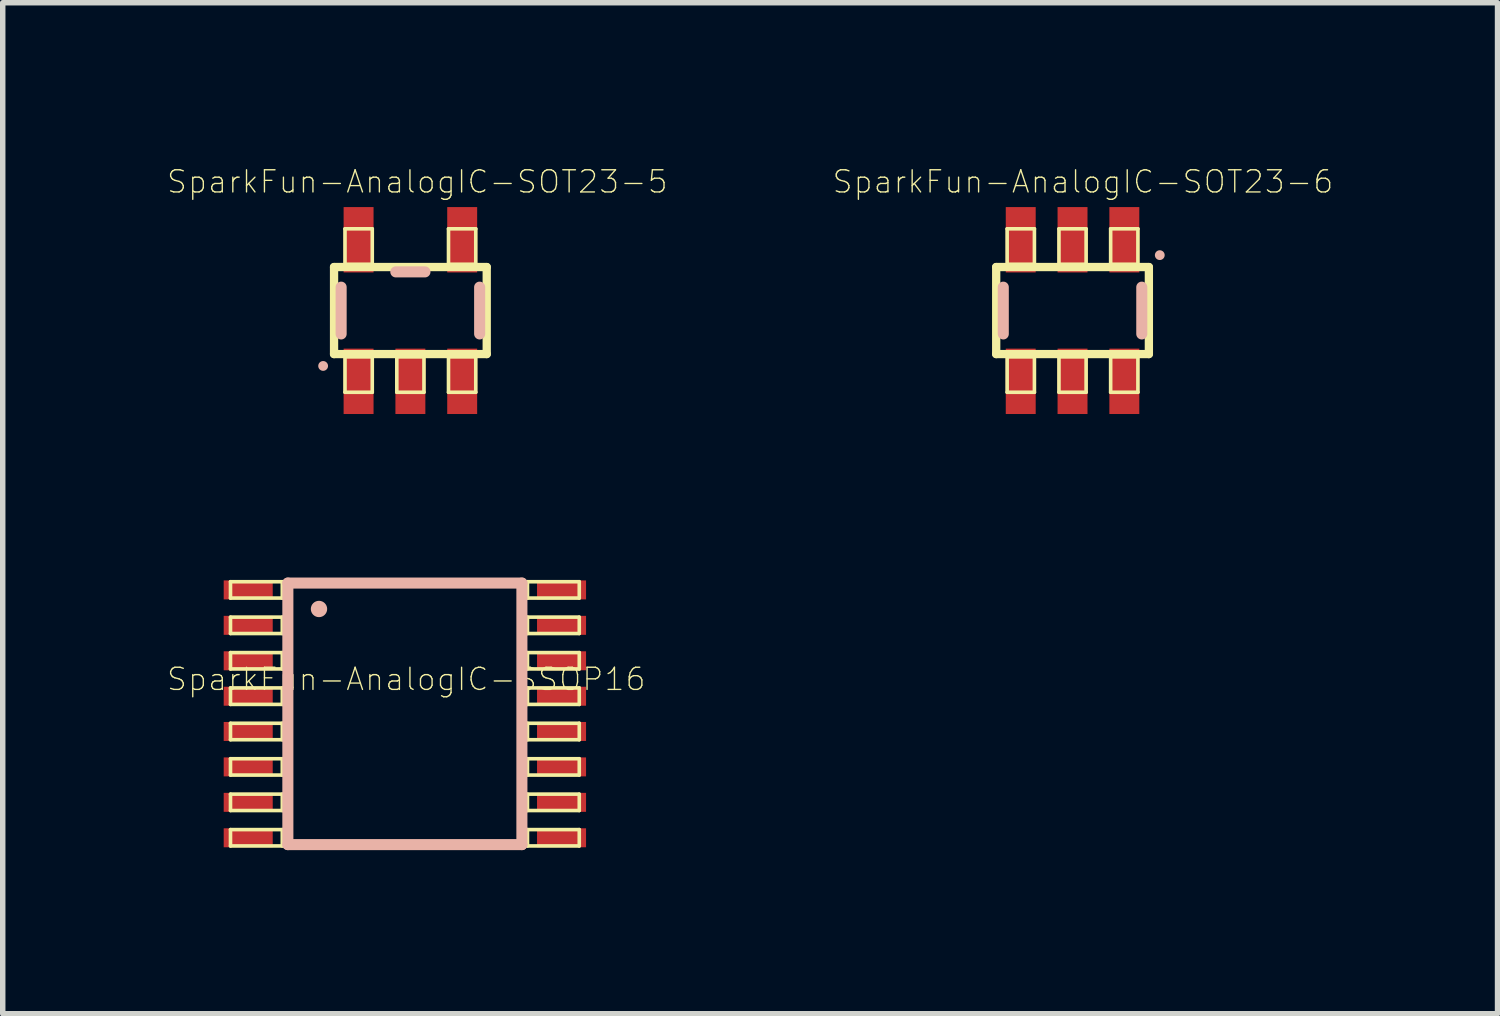
<source format=kicad_pcb>
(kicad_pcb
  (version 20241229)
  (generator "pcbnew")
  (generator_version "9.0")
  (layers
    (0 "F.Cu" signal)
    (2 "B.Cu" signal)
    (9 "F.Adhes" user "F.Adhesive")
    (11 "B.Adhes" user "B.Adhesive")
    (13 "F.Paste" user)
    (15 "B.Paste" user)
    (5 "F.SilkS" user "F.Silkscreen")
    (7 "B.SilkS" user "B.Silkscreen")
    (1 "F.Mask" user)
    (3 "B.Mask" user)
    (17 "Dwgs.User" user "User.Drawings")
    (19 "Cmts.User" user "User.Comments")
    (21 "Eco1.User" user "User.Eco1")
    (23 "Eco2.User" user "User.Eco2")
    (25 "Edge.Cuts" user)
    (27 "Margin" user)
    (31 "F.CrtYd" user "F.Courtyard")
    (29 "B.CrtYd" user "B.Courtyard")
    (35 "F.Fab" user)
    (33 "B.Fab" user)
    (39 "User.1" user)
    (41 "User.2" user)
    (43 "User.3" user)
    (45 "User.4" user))
  (footprint "SparkFun-AnalogIC-SOT23-5"
    (layer "F.Cu")
    (at 4.476 2.645)
    (property "Reference" "SparkFun-AnalogIC-SOT23-5" (at 0.127 -2.362 0) (layer "F.SilkS") (effects (font (size 0.406 0.406) (thickness 0.025))))
    (attr smd)
    (fp_line (start -1.4 -0.798) (end -1.4 0.798) (stroke (width 0.152) (type solid)) (layer "F.SilkS"))
    (fp_line (start -1.4 -0.798) (end 1.4 -0.798) (stroke (width 0.152) (type solid)) (layer "F.SilkS"))
    (fp_line (start -1.199 -1.499) (end -0.699 -1.499) (stroke (width 0.066) (type solid)) (layer "F.SilkS"))
    (fp_line (start -1.199 -0.848) (end -1.199 -1.499) (stroke (width 0.066) (type solid)) (layer "F.SilkS"))
    (fp_line (start -1.199 -0.848) (end -0.699 -0.848) (stroke (width 0.066) (type solid)) (layer "F.SilkS"))
    (fp_line (start -1.199 0.848) (end -0.699 0.848) (stroke (width 0.066) (type solid)) (layer "F.SilkS"))
    (fp_line (start -1.199 1.499) (end -1.199 0.848) (stroke (width 0.066) (type solid)) (layer "F.SilkS"))
    (fp_line (start -1.199 1.499) (end -0.699 1.499) (stroke (width 0.066) (type solid)) (layer "F.SilkS"))
    (fp_line (start -0.699 -0.848) (end -0.699 -1.499) (stroke (width 0.066) (type solid)) (layer "F.SilkS"))
    (fp_line (start -0.699 1.499) (end -0.699 0.848) (stroke (width 0.066) (type solid)) (layer "F.SilkS"))
    (fp_line (start -0.249 0.848) (end 0.249 0.848) (stroke (width 0.066) (type solid)) (layer "F.SilkS"))
    (fp_line (start -0.249 1.499) (end -0.249 0.848) (stroke (width 0.066) (type solid)) (layer "F.SilkS"))
    (fp_line (start -0.249 1.499) (end 0.249 1.499) (stroke (width 0.066) (type solid)) (layer "F.SilkS"))
    (fp_line (start 0.249 1.499) (end 0.249 0.848) (stroke (width 0.066) (type solid)) (layer "F.SilkS"))
    (fp_line (start 0.699 -1.499) (end 1.199 -1.499) (stroke (width 0.066) (type solid)) (layer "F.SilkS"))
    (fp_line (start 0.699 -0.848) (end 0.699 -1.499) (stroke (width 0.066) (type solid)) (layer "F.SilkS"))
    (fp_line (start 0.699 -0.848) (end 1.199 -0.848) (stroke (width 0.066) (type solid)) (layer "F.SilkS"))
    (fp_line (start 0.699 0.848) (end 1.199 0.848) (stroke (width 0.066) (type solid)) (layer "F.SilkS"))
    (fp_line (start 0.699 1.499) (end 0.699 0.848) (stroke (width 0.066) (type solid)) (layer "F.SilkS"))
    (fp_line (start 0.699 1.499) (end 1.199 1.499) (stroke (width 0.066) (type solid)) (layer "F.SilkS"))
    (fp_line (start 1.199 -0.848) (end 1.199 -1.499) (stroke (width 0.066) (type solid)) (layer "F.SilkS"))
    (fp_line (start 1.199 1.499) (end 1.199 0.848) (stroke (width 0.066) (type solid)) (layer "F.SilkS"))
    (fp_line (start 1.4 -0.798) (end 1.4 0.798) (stroke (width 0.152) (type solid)) (layer "F.SilkS"))
    (fp_line (start 1.4 0.798) (end -1.4 0.798) (stroke (width 0.152) (type solid)) (layer "F.SilkS"))
    (fp_line (start -1.27 0.429) (end -1.27 -0.429) (stroke (width 0.203) (type solid)) (layer "B.SilkS"))
    (fp_line (start -0.267 -0.709) (end 0.267 -0.709) (stroke (width 0.203) (type solid)) (layer "B.SilkS"))
    (fp_line (start 1.27 -0.429) (end 1.27 0.429) (stroke (width 0.203) (type solid)) (layer "B.SilkS"))
    (fp_circle (center -1.6 1.016) (end -1.664 1.079) (stroke (width 0) (type solid)) (fill yes) (layer "B.SilkS"))
    (pad "1" smd rect (at -0.95 1.298) (size 0.549 1.199) (layers "F.Cu" "F.Mask" "F.Paste"))
    (pad "2" smd rect (at 0 1.298) (size 0.549 1.199) (layers "F.Cu" "F.Mask" "F.Paste"))
    (pad "3" smd rect (at 0.95 1.298) (size 0.549 1.199) (layers "F.Cu" "F.Mask" "F.Paste"))
    (pad "4" smd rect (at 0.95 -1.298) (size 0.549 1.199) (layers "F.Cu" "F.Mask" "F.Paste"))
    (pad "5" smd rect (at -0.95 -1.298) (size 0.549 1.199) (layers "F.Cu" "F.Mask" "F.Paste")))
  (footprint "SparkFun-AnalogIC-SSOP16"
    (layer "F.Cu")
    (at 4.375 10.041)
    (property "Reference" "SparkFun-AnalogIC-SSOP16" (at 0.025 -0.635 0) (layer "F.SilkS") (effects (font (size 0.406 0.406) (thickness 0.025))))
    (attr smd)
    (fp_line (start -3.198 -2.423) (end -2.248 -2.423) (stroke (width 0.066) (type solid)) (layer "F.SilkS"))
    (fp_line (start -3.198 -2.123) (end -3.198 -2.423) (stroke (width 0.066) (type solid)) (layer "F.SilkS"))
    (fp_line (start -3.198 -2.123) (end -2.248 -2.123) (stroke (width 0.066) (type solid)) (layer "F.SilkS"))
    (fp_line (start -3.198 -1.773) (end -2.248 -1.773) (stroke (width 0.066) (type solid)) (layer "F.SilkS"))
    (fp_line (start -3.198 -1.473) (end -3.198 -1.773) (stroke (width 0.066) (type solid)) (layer "F.SilkS"))
    (fp_line (start -3.198 -1.473) (end -2.248 -1.473) (stroke (width 0.066) (type solid)) (layer "F.SilkS"))
    (fp_line (start -3.198 -1.123) (end -2.248 -1.123) (stroke (width 0.066) (type solid)) (layer "F.SilkS"))
    (fp_line (start -3.198 -0.823) (end -3.198 -1.123) (stroke (width 0.066) (type solid)) (layer "F.SilkS"))
    (fp_line (start -3.198 -0.823) (end -2.248 -0.823) (stroke (width 0.066) (type solid)) (layer "F.SilkS"))
    (fp_line (start -3.198 -0.475) (end -2.248 -0.475) (stroke (width 0.066) (type solid)) (layer "F.SilkS"))
    (fp_line (start -3.198 -0.173) (end -3.198 -0.475) (stroke (width 0.066) (type solid)) (layer "F.SilkS"))
    (fp_line (start -3.198 -0.173) (end -2.248 -0.173) (stroke (width 0.066) (type solid)) (layer "F.SilkS"))
    (fp_line (start -3.198 0.173) (end -2.248 0.173) (stroke (width 0.066) (type solid)) (layer "F.SilkS"))
    (fp_line (start -3.198 0.475) (end -3.198 0.173) (stroke (width 0.066) (type solid)) (layer "F.SilkS"))
    (fp_line (start -3.198 0.475) (end -2.248 0.475) (stroke (width 0.066) (type solid)) (layer "F.SilkS"))
    (fp_line (start -3.198 0.823) (end -2.248 0.823) (stroke (width 0.066) (type solid)) (layer "F.SilkS"))
    (fp_line (start -3.198 1.123) (end -3.198 0.823) (stroke (width 0.066) (type solid)) (layer "F.SilkS"))
    (fp_line (start -3.198 1.123) (end -2.248 1.123) (stroke (width 0.066) (type solid)) (layer "F.SilkS"))
    (fp_line (start -3.198 1.473) (end -2.248 1.473) (stroke (width 0.066) (type solid)) (layer "F.SilkS"))
    (fp_line (start -3.198 1.773) (end -3.198 1.473) (stroke (width 0.066) (type solid)) (layer "F.SilkS"))
    (fp_line (start -3.198 1.773) (end -2.248 1.773) (stroke (width 0.066) (type solid)) (layer "F.SilkS"))
    (fp_line (start -3.198 2.123) (end -2.248 2.123) (stroke (width 0.066) (type solid)) (layer "F.SilkS"))
    (fp_line (start -3.198 2.423) (end -3.198 2.123) (stroke (width 0.066) (type solid)) (layer "F.SilkS"))
    (fp_line (start -3.198 2.423) (end -2.248 2.423) (stroke (width 0.066) (type solid)) (layer "F.SilkS"))
    (fp_line (start -2.248 -2.123) (end -2.248 -2.423) (stroke (width 0.066) (type solid)) (layer "F.SilkS"))
    (fp_line (start -2.248 -1.473) (end -2.248 -1.773) (stroke (width 0.066) (type solid)) (layer "F.SilkS"))
    (fp_line (start -2.248 -0.823) (end -2.248 -1.123) (stroke (width 0.066) (type solid)) (layer "F.SilkS"))
    (fp_line (start -2.248 -0.173) (end -2.248 -0.475) (stroke (width 0.066) (type solid)) (layer "F.SilkS"))
    (fp_line (start -2.248 0.475) (end -2.248 0.173) (stroke (width 0.066) (type solid)) (layer "F.SilkS"))
    (fp_line (start -2.248 1.123) (end -2.248 0.823) (stroke (width 0.066) (type solid)) (layer "F.SilkS"))
    (fp_line (start -2.248 1.773) (end -2.248 1.473) (stroke (width 0.066) (type solid)) (layer "F.SilkS"))
    (fp_line (start -2.248 2.423) (end -2.248 2.123) (stroke (width 0.066) (type solid)) (layer "F.SilkS"))
    (fp_line (start 2.248 -2.423) (end 3.198 -2.423) (stroke (width 0.066) (type solid)) (layer "F.SilkS"))
    (fp_line (start 2.248 -2.123) (end 2.248 -2.423) (stroke (width 0.066) (type solid)) (layer "F.SilkS"))
    (fp_line (start 2.248 -2.123) (end 3.198 -2.123) (stroke (width 0.066) (type solid)) (layer "F.SilkS"))
    (fp_line (start 2.248 -1.773) (end 3.198 -1.773) (stroke (width 0.066) (type solid)) (layer "F.SilkS"))
    (fp_line (start 2.248 -1.473) (end 2.248 -1.773) (stroke (width 0.066) (type solid)) (layer "F.SilkS"))
    (fp_line (start 2.248 -1.473) (end 3.198 -1.473) (stroke (width 0.066) (type solid)) (layer "F.SilkS"))
    (fp_line (start 2.248 -1.123) (end 3.198 -1.123) (stroke (width 0.066) (type solid)) (layer "F.SilkS"))
    (fp_line (start 2.248 -0.823) (end 2.248 -1.123) (stroke (width 0.066) (type solid)) (layer "F.SilkS"))
    (fp_line (start 2.248 -0.823) (end 3.198 -0.823) (stroke (width 0.066) (type solid)) (layer "F.SilkS"))
    (fp_line (start 2.248 -0.475) (end 3.198 -0.475) (stroke (width 0.066) (type solid)) (layer "F.SilkS"))
    (fp_line (start 2.248 -0.173) (end 2.248 -0.475) (stroke (width 0.066) (type solid)) (layer "F.SilkS"))
    (fp_line (start 2.248 -0.173) (end 3.198 -0.173) (stroke (width 0.066) (type solid)) (layer "F.SilkS"))
    (fp_line (start 2.248 0.173) (end 3.198 0.173) (stroke (width 0.066) (type solid)) (layer "F.SilkS"))
    (fp_line (start 2.248 0.475) (end 2.248 0.173) (stroke (width 0.066) (type solid)) (layer "F.SilkS"))
    (fp_line (start 2.248 0.475) (end 3.198 0.475) (stroke (width 0.066) (type solid)) (layer "F.SilkS"))
    (fp_line (start 2.248 0.823) (end 3.198 0.823) (stroke (width 0.066) (type solid)) (layer "F.SilkS"))
    (fp_line (start 2.248 1.123) (end 2.248 0.823) (stroke (width 0.066) (type solid)) (layer "F.SilkS"))
    (fp_line (start 2.248 1.123) (end 3.198 1.123) (stroke (width 0.066) (type solid)) (layer "F.SilkS"))
    (fp_line (start 2.248 1.473) (end 3.198 1.473) (stroke (width 0.066) (type solid)) (layer "F.SilkS"))
    (fp_line (start 2.248 1.773) (end 2.248 1.473) (stroke (width 0.066) (type solid)) (layer "F.SilkS"))
    (fp_line (start 2.248 1.773) (end 3.198 1.773) (stroke (width 0.066) (type solid)) (layer "F.SilkS"))
    (fp_line (start 2.248 2.123) (end 3.198 2.123) (stroke (width 0.066) (type solid)) (layer "F.SilkS"))
    (fp_line (start 2.248 2.423) (end 2.248 2.123) (stroke (width 0.066) (type solid)) (layer "F.SilkS"))
    (fp_line (start 2.248 2.423) (end 3.198 2.423) (stroke (width 0.066) (type solid)) (layer "F.SilkS"))
    (fp_line (start 3.198 -2.123) (end 3.198 -2.423) (stroke (width 0.066) (type solid)) (layer "F.SilkS"))
    (fp_line (start 3.198 -1.473) (end 3.198 -1.773) (stroke (width 0.066) (type solid)) (layer "F.SilkS"))
    (fp_line (start 3.198 -0.823) (end 3.198 -1.123) (stroke (width 0.066) (type solid)) (layer "F.SilkS"))
    (fp_line (start 3.198 -0.173) (end 3.198 -0.475) (stroke (width 0.066) (type solid)) (layer "F.SilkS"))
    (fp_line (start 3.198 0.475) (end 3.198 0.173) (stroke (width 0.066) (type solid)) (layer "F.SilkS"))
    (fp_line (start 3.198 1.123) (end 3.198 0.823) (stroke (width 0.066) (type solid)) (layer "F.SilkS"))
    (fp_line (start 3.198 1.773) (end 3.198 1.473) (stroke (width 0.066) (type solid)) (layer "F.SilkS"))
    (fp_line (start 3.198 2.423) (end 3.198 2.123) (stroke (width 0.066) (type solid)) (layer "F.SilkS"))
    (fp_line (start -2.146 -2.398) (end -2.146 2.398) (stroke (width 0.203) (type solid)) (layer "B.SilkS"))
    (fp_line (start -2.146 2.398) (end 2.146 2.398) (stroke (width 0.203) (type solid)) (layer "B.SilkS"))
    (fp_line (start 2.146 -2.398) (end -2.146 -2.398) (stroke (width 0.203) (type solid)) (layer "B.SilkS"))
    (fp_line (start 2.146 2.398) (end 2.146 -2.398) (stroke (width 0.203) (type solid)) (layer "B.SilkS"))
    (fp_circle (center -1.575 -1.923) (end -1.681 -2.029) (stroke (width 0) (type solid)) (fill yes) (layer "B.SilkS"))
    (pad "1" smd rect (at -2.873 -2.273) (size 0.899 0.348) (layers "F.Cu" "F.Mask" "F.Paste"))
    (pad "2" smd rect (at -2.873 -1.623) (size 0.899 0.348) (layers "F.Cu" "F.Mask" "F.Paste"))
    (pad "3" smd rect (at -2.873 -0.973) (size 0.899 0.348) (layers "F.Cu" "F.Mask" "F.Paste"))
    (pad "4" smd rect (at -2.873 -0.323) (size 0.899 0.348) (layers "F.Cu" "F.Mask" "F.Paste"))
    (pad "5" smd rect (at -2.873 0.323) (size 0.899 0.348) (layers "F.Cu" "F.Mask" "F.Paste"))
    (pad "6" smd rect (at -2.873 0.973) (size 0.899 0.348) (layers "F.Cu" "F.Mask" "F.Paste"))
    (pad "7" smd rect (at -2.873 1.623) (size 0.899 0.348) (layers "F.Cu" "F.Mask" "F.Paste"))
    (pad "8" smd rect (at -2.873 2.273) (size 0.899 0.348) (layers "F.Cu" "F.Mask" "F.Paste"))
    (pad "9" smd rect (at 2.873 2.273 180) (size 0.899 0.348) (layers "F.Cu" "F.Mask" "F.Paste"))
    (pad "10" smd rect (at 2.873 1.623 180) (size 0.899 0.348) (layers "F.Cu" "F.Mask" "F.Paste"))
    (pad "11" smd rect (at 2.873 0.973 180) (size 0.899 0.348) (layers "F.Cu" "F.Mask" "F.Paste"))
    (pad "12" smd rect (at 2.873 0.323 180) (size 0.899 0.348) (layers "F.Cu" "F.Mask" "F.Paste"))
    (pad "13" smd rect (at 2.873 -0.323 180) (size 0.899 0.348) (layers "F.Cu" "F.Mask" "F.Paste"))
    (pad "14" smd rect (at 2.873 -0.973 180) (size 0.899 0.348) (layers "F.Cu" "F.Mask" "F.Paste"))
    (pad "15" smd rect (at 2.873 -1.623 180) (size 0.899 0.348) (layers "F.Cu" "F.Mask" "F.Paste"))
    (pad "16" smd rect (at 2.873 -2.273 180) (size 0.899 0.348) (layers "F.Cu" "F.Mask" "F.Paste")))
  (footprint "SparkFun-AnalogIC-SOT23-6"
    (layer "F.Cu")
    (at 16.619 2.645)
    (property "Reference" "SparkFun-AnalogIC-SOT23-6" (at 0.191 -2.362 0) (layer "F.SilkS") (effects (font (size 0.406 0.406) (thickness 0.025))))
    (attr smd)
    (fp_line (start -1.4 -0.798) (end -1.4 0.798) (stroke (width 0.152) (type solid)) (layer "F.SilkS"))
    (fp_line (start -1.4 -0.798) (end 1.4 -0.798) (stroke (width 0.152) (type solid)) (layer "F.SilkS"))
    (fp_line (start -1.199 -1.499) (end -0.699 -1.499) (stroke (width 0.066) (type solid)) (layer "F.SilkS"))
    (fp_line (start -1.199 -0.848) (end -1.199 -1.499) (stroke (width 0.066) (type solid)) (layer "F.SilkS"))
    (fp_line (start -1.199 -0.848) (end -0.699 -0.848) (stroke (width 0.066) (type solid)) (layer "F.SilkS"))
    (fp_line (start -1.199 0.848) (end -0.699 0.848) (stroke (width 0.066) (type solid)) (layer "F.SilkS"))
    (fp_line (start -1.199 1.499) (end -1.199 0.848) (stroke (width 0.066) (type solid)) (layer "F.SilkS"))
    (fp_line (start -1.199 1.499) (end -0.699 1.499) (stroke (width 0.066) (type solid)) (layer "F.SilkS"))
    (fp_line (start -0.699 -0.848) (end -0.699 -1.499) (stroke (width 0.066) (type solid)) (layer "F.SilkS"))
    (fp_line (start -0.699 1.499) (end -0.699 0.848) (stroke (width 0.066) (type solid)) (layer "F.SilkS"))
    (fp_line (start -0.249 -1.499) (end 0.249 -1.499) (stroke (width 0.066) (type solid)) (layer "F.SilkS"))
    (fp_line (start -0.249 -0.848) (end -0.249 -1.499) (stroke (width 0.066) (type solid)) (layer "F.SilkS"))
    (fp_line (start -0.249 -0.848) (end 0.249 -0.848) (stroke (width 0.066) (type solid)) (layer "F.SilkS"))
    (fp_line (start -0.249 0.848) (end 0.249 0.848) (stroke (width 0.066) (type solid)) (layer "F.SilkS"))
    (fp_line (start -0.249 1.499) (end -0.249 0.848) (stroke (width 0.066) (type solid)) (layer "F.SilkS"))
    (fp_line (start -0.249 1.499) (end 0.249 1.499) (stroke (width 0.066) (type solid)) (layer "F.SilkS"))
    (fp_line (start 0.249 -0.848) (end 0.249 -1.499) (stroke (width 0.066) (type solid)) (layer "F.SilkS"))
    (fp_line (start 0.249 1.499) (end 0.249 0.848) (stroke (width 0.066) (type solid)) (layer "F.SilkS"))
    (fp_line (start 0.699 -1.499) (end 1.199 -1.499) (stroke (width 0.066) (type solid)) (layer "F.SilkS"))
    (fp_line (start 0.699 -0.848) (end 0.699 -1.499) (stroke (width 0.066) (type solid)) (layer "F.SilkS"))
    (fp_line (start 0.699 -0.848) (end 1.199 -0.848) (stroke (width 0.066) (type solid)) (layer "F.SilkS"))
    (fp_line (start 0.699 0.848) (end 1.199 0.848) (stroke (width 0.066) (type solid)) (layer "F.SilkS"))
    (fp_line (start 0.699 1.499) (end 0.699 0.848) (stroke (width 0.066) (type solid)) (layer "F.SilkS"))
    (fp_line (start 0.699 1.499) (end 1.199 1.499) (stroke (width 0.066) (type solid)) (layer "F.SilkS"))
    (fp_line (start 1.199 -0.848) (end 1.199 -1.499) (stroke (width 0.066) (type solid)) (layer "F.SilkS"))
    (fp_line (start 1.199 1.499) (end 1.199 0.848) (stroke (width 0.066) (type solid)) (layer "F.SilkS"))
    (fp_line (start 1.4 -0.798) (end 1.4 0.798) (stroke (width 0.152) (type solid)) (layer "F.SilkS"))
    (fp_line (start 1.4 0.798) (end -1.4 0.798) (stroke (width 0.152) (type solid)) (layer "F.SilkS"))
    (fp_line (start -1.27 0.429) (end -1.27 -0.429) (stroke (width 0.203) (type solid)) (layer "B.SilkS"))
    (fp_line (start 1.27 -0.429) (end 1.27 0.429) (stroke (width 0.203) (type solid)) (layer "B.SilkS"))
    (fp_circle (center 1.6 -1.016) (end 1.664 -1.079) (stroke (width 0) (type solid)) (fill yes) (layer "B.SilkS"))
    (pad "1" smd rect (at 0.95 -1.298) (size 0.549 1.199) (layers "F.Cu" "F.Mask" "F.Paste"))
    (pad "2" smd rect (at 0 -1.298 180) (size 0.549 1.199) (layers "F.Cu" "F.Mask" "F.Paste"))
    (pad "3" smd rect (at -0.95 -1.298) (size 0.549 1.199) (layers "F.Cu" "F.Mask" "F.Paste"))
    (pad "4" smd rect (at -0.95 1.298) (size 0.549 1.199) (layers "F.Cu" "F.Mask" "F.Paste"))
    (pad "5" smd rect (at 0 1.298) (size 0.549 1.199) (layers "F.Cu" "F.Mask" "F.Paste"))
    (pad "6" smd rect (at 0.95 1.298) (size 0.549 1.199) (layers "F.Cu" "F.Mask" "F.Paste")))
  (gr_rect
    (start -3 -3)
    (end 24.413 15.541)
    (stroke (width 0.1) (type default))
    (fill no)
    (layer "Edge.Cuts")))
</source>
